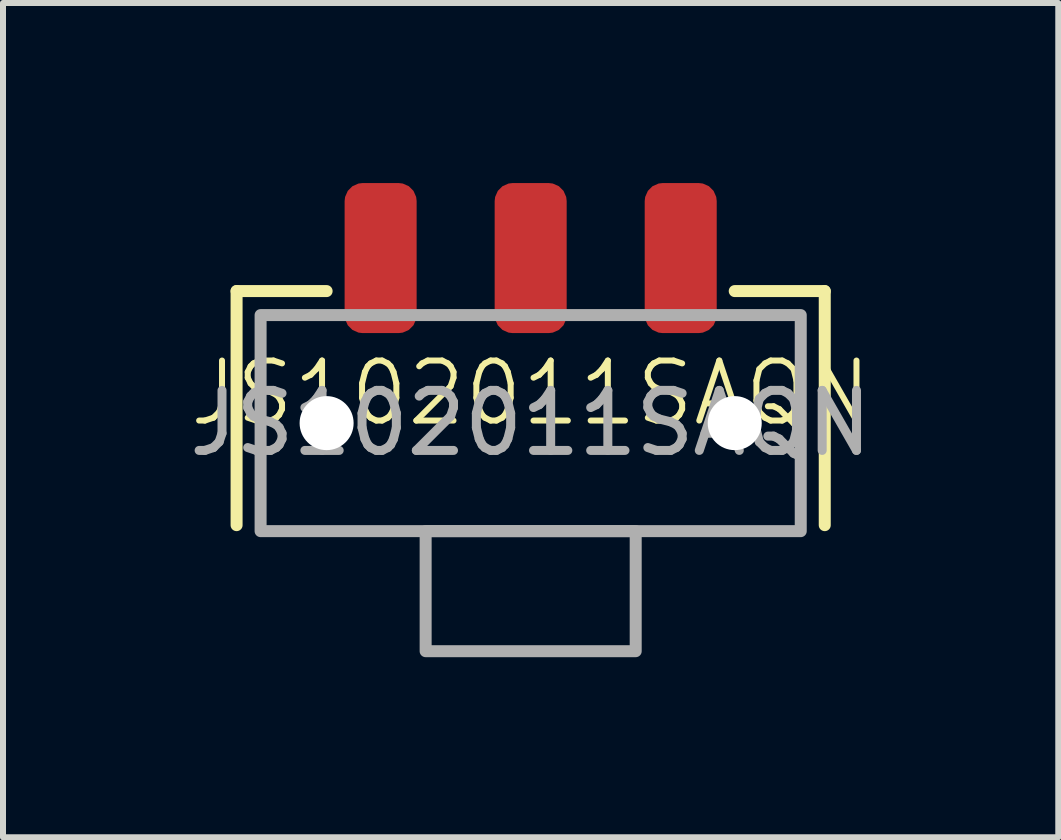
<source format=kicad_pcb>
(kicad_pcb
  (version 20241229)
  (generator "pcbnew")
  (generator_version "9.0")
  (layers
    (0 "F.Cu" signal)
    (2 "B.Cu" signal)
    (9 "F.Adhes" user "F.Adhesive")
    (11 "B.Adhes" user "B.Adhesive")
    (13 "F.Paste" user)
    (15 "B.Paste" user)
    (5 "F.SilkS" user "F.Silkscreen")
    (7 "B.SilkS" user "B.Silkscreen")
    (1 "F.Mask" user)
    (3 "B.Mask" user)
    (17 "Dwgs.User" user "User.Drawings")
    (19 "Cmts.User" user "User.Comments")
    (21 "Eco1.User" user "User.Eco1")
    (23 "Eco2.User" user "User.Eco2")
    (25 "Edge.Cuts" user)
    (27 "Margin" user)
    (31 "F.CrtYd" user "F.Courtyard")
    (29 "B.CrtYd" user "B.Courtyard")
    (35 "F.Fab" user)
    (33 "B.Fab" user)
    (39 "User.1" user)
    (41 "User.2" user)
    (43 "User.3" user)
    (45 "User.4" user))
  (footprint "JS102011SAQN"
    (layer "F.Cu")
    (at 5.792 4)
    (property "Reference" "JS102011SAQN" (at 0 -0.5 0) (unlocked yes) (layer "F.SilkS") (effects (font (size 1 1) (thickness 0.1))))
    (attr smd)
    (fp_line (start -4.9 -2.2) (end -4.9 1.7) (stroke (width 0.2) (type default)) (layer "F.SilkS"))
    (fp_line (start -3.4 -2.2) (end -4.9 -2.2) (stroke (width 0.2) (type default)) (layer "F.SilkS"))
    (fp_line (start 4.9 -2.2) (end 3.4 -2.2) (stroke (width 0.2) (type default)) (layer "F.SilkS"))
    (fp_line (start 4.9 -2.2) (end 4.9 1.7) (stroke (width 0.2) (type default)) (layer "F.SilkS"))
    (fp_rect (start -4.5 1.8) (end 4.5 -1.8) (stroke (width 0.2) (type default)) (fill no) (layer "F.Fab"))
    (fp_rect (start -1.75 1.8) (end 1.75 3.8) (stroke (width 0.2) (type default)) (fill no) (layer "F.Fab"))
    (fp_text user "${REFERENCE}" (at 0 0 0) (unlocked yes) (layer "F.Fab") (effects (font (size 1 1) (thickness 0.15))))
    (pad "" np_thru_hole circle (at -3.4 0) (size 0.9 0.9) (drill 0.9) (layers "*.Cu" "*.Mask"))
    (pad "" np_thru_hole circle (at 3.4 0) (size 0.9 0.9) (drill 0.9) (layers "*.Cu" "*.Mask"))
    (pad "1" smd roundrect (at -2.5 -2.75) (size 1.2 2.5) (layers "F.Cu" "F.Mask" "F.Paste") (roundrect_rratio 0.25))
    (pad "2" smd roundrect (at 0 -2.75) (size 1.2 2.5) (layers "F.Cu" "F.Mask" "F.Paste") (roundrect_rratio 0.25))
    (pad "3" smd roundrect (at 2.5 -2.75) (size 1.2 2.5) (layers "F.Cu" "F.Mask" "F.Paste") (roundrect_rratio 0.25)))
  (gr_rect
    (start -3 -3)
    (end 14.583 10.9)
    (stroke (width 0.1) (type default))
    (fill no)
    (layer "Edge.Cuts")))
</source>
